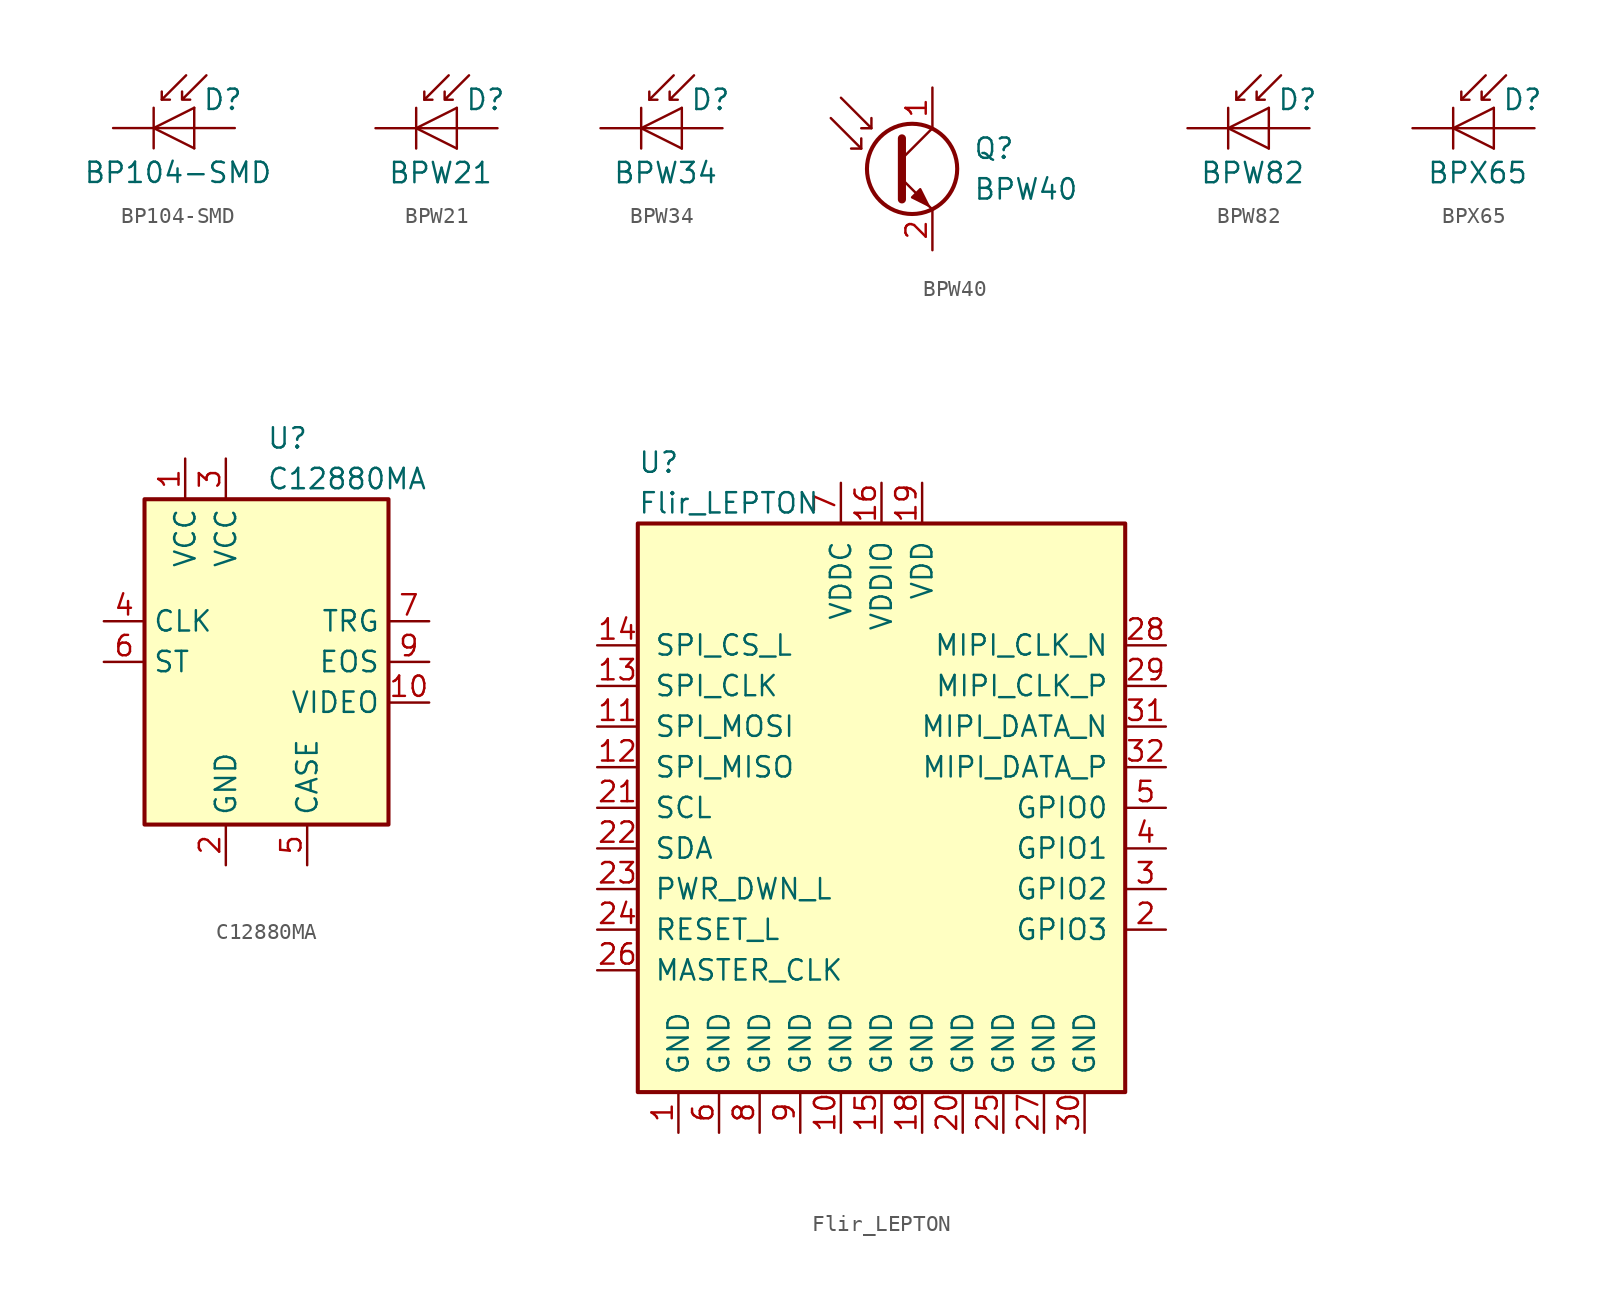
<source format=kicad_sym>
(kicad_symbol_lib
  (version 20201005)
  (generator kicad_symbol_editor)
  (symbol "BP104-SMD"
    (pin_numbers hide)
    (pin_names
      (offset 1.016) hide)
    (property "Reference" "D"
      (at 0.508 1.778 0)
      (effects (font (size 1.27 1.27)) (justify left)))
    (property "Value" "BP104-SMD"
      (at -1.016 -2.794 0)
      (effects (font (size 1.27 1.27))))
    (symbol "BP104-SMD_0_1"
      (polyline (pts (xy -2.54 1.27) (xy -2.54 -1.27)) (stroke (width 0.152)) (fill (type none)))
      (polyline (pts (xy -2.032 1.778) (xy -1.524 1.778)) (stroke (width 0)) (fill (type none)))
      (polyline (pts (xy 0 -1.27) (xy 0 1.27)) (stroke (width 0)) (fill (type none)))
      (polyline (pts (xy 0 0) (xy -2.54 0)) (stroke (width 0)) (fill (type none)))
      (polyline (pts (xy -0.508 3.302) (xy -2.032 1.778) (xy -2.032 2.286)) (stroke (width 0)) (fill (type none)))
      (polyline (pts (xy 0 1.27) (xy -2.54 0) (xy 0 -1.27)) (stroke (width 0)) (fill (type none)))
      (polyline (pts (xy 0.762 3.302) (xy -0.762 1.778) (xy -0.762 2.286) (xy -0.762 1.778) (xy -0.254 1.778)) (stroke (width 0)) (fill (type none))))
    (symbol "BP104-SMD_1_1"
      (pin passive line (at -5.08 0 0) (length 2.54) (name "K" (effects (font (size 1.27 1.27)))) (number "1" (effects (font (size 1.27 1.27)))))
      (pin passive line (at 2.54 0 180) (length 2.54) (name "A" (effects (font (size 1.27 1.27)))) (number "2" (effects (font (size 1.27 1.27)))))))
  (symbol "BPW21"
    (pin_numbers hide)
    (pin_names hide)
    (property "Reference" "D"
      (at 0.508 1.778 0)
      (effects (font (size 1.27 1.27)) (justify left)))
    (property "Value" "BPW21"
      (at -1.016 -2.794 0)
      (effects (font (size 1.27 1.27))))
    (symbol "BPW21_0_1"
      (polyline (pts (xy -2.54 1.27) (xy -2.54 -1.27)) (stroke (width 0.152)) (fill (type none)))
      (polyline (pts (xy -2.032 1.778) (xy -1.524 1.778)) (stroke (width 0)) (fill (type none)))
      (polyline (pts (xy 0 0) (xy -2.54 0)) (stroke (width 0)) (fill (type none)))
      (polyline (pts (xy 0 1.27) (xy 0 -1.27)) (stroke (width 0)) (fill (type none)))
      (polyline (pts (xy -0.508 3.302) (xy -2.032 1.778) (xy -2.032 2.286)) (stroke (width 0)) (fill (type none)))
      (polyline (pts (xy 0 1.27) (xy -2.54 0) (xy 0 -1.27)) (stroke (width 0)) (fill (type none)))
      (polyline (pts (xy 0.762 3.302) (xy -0.762 1.778) (xy -0.762 2.286) (xy -0.762 1.778) (xy -0.254 1.778)) (stroke (width 0)) (fill (type none))))
    (symbol "BPW21_1_1"
      (pin passive line (at 2.54 0 180) (length 2.54) (name "A" (effects (font (size 1.27 1.27)))) (number "1" (effects (font (size 1.27 1.27)))))
      (pin passive line (at -5.08 0 0) (length 2.54) (name "K" (effects (font (size 1.27 1.27)))) (number "2" (effects (font (size 1.27 1.27)))))))
  (symbol "BPW34"
    (pin_numbers hide)
    (pin_names
      (offset 1.016) hide)
    (property "Reference" "D"
      (at 0.508 1.778 0)
      (effects (font (size 1.27 1.27)) (justify left)))
    (property "Value" "BPW34"
      (at -1.016 -2.794 0)
      (effects (font (size 1.27 1.27))))
    (symbol "BPW34_0_1"
      (polyline (pts (xy -2.54 1.27) (xy -2.54 -1.27)) (stroke (width 0.152)) (fill (type none)))
      (polyline (pts (xy -2.032 1.778) (xy -1.524 1.778)) (stroke (width 0)) (fill (type none)))
      (polyline (pts (xy 0 -1.27) (xy 0 1.27)) (stroke (width 0)) (fill (type none)))
      (polyline (pts (xy 0 0) (xy -2.54 0)) (stroke (width 0)) (fill (type none)))
      (polyline (pts (xy -0.508 3.302) (xy -2.032 1.778) (xy -2.032 2.286)) (stroke (width 0)) (fill (type none)))
      (polyline (pts (xy 0 1.27) (xy -2.54 0) (xy 0 -1.27)) (stroke (width 0)) (fill (type none)))
      (polyline (pts (xy 0.762 3.302) (xy -0.762 1.778) (xy -0.762 2.286) (xy -0.762 1.778) (xy -0.254 1.778)) (stroke (width 0)) (fill (type none))))
    (symbol "BPW34_1_1"
      (pin passive line (at -5.08 0 0) (length 2.54) (name "K" (effects (font (size 1.27 1.27)))) (number "1" (effects (font (size 1.27 1.27)))))
      (pin passive line (at 2.54 0 180) (length 2.54) (name "A" (effects (font (size 1.27 1.27)))) (number "2" (effects (font (size 1.27 1.27)))))))
  (symbol "BPW40"
    (pin_names
      (offset 0) hide)
    (property "Reference" "Q"
      (at 5.08 1.27 0)
      (effects (font (size 1.27 1.27)) (justify left)))
    (property "Value" "BPW40"
      (at 5.08 -1.27 0)
      (effects (font (size 1.27 1.27)) (justify left)))
    (symbol "BPW40_0_1"
      (circle (center 1.27 0) (radius 2.819) (stroke (width 0.254)) (fill (type none)))
      (polyline (pts (xy -1.905 1.27) (xy -2.54 1.27)) (stroke (width 0)) (fill (type none)))
      (polyline (pts (xy -1.27 2.54) (xy -1.905 2.54)) (stroke (width 0)) (fill (type none)))
      (polyline (pts (xy 0.635 0.635) (xy 2.54 2.54)) (stroke (width 0)) (fill (type none)))
      (polyline (pts (xy -3.81 3.175) (xy -1.905 1.27) (xy -1.905 1.905)) (stroke (width 0)) (fill (type none)))
      (polyline (pts (xy -3.175 4.445) (xy -1.27 2.54) (xy -1.27 3.175)) (stroke (width 0)) (fill (type none)))
      (polyline (pts (xy 0.635 -0.635) (xy 2.54 -2.54) (xy 2.54 -2.54)) (stroke (width 0)) (fill (type none)))
      (polyline (pts (xy 0.635 1.905) (xy 0.635 -1.905) (xy 0.635 -1.905)) (stroke (width 0.508)) (fill (type none)))
      (polyline (pts (xy 1.27 -1.778) (xy 1.778 -1.27) (xy 2.286 -2.286) (xy 1.27 -1.778) (xy 1.27 -1.778)) (stroke (width 0)) (fill (type outline))))
    (symbol "BPW40_1_1"
      (pin passive line (at 2.54 5.08 270) (length 2.54) (name "C" (effects (font (size 1.27 1.27)))) (number "1" (effects (font (size 1.27 1.27)))))
      (pin passive line (at 2.54 -5.08 90) (length 2.54) (name "E" (effects (font (size 1.27 1.27)))) (number "2" (effects (font (size 1.27 1.27)))))))
  (symbol "BPW82"
    (pin_numbers hide)
    (pin_names hide)
    (property "Reference" "D"
      (at 0.508 1.778 0)
      (effects (font (size 1.27 1.27)) (justify left)))
    (property "Value" "BPW82"
      (at -1.016 -2.794 0)
      (effects (font (size 1.27 1.27))))
    (symbol "BPW82_0_1"
      (polyline (pts (xy -2.54 1.27) (xy -2.54 -1.27)) (stroke (width 0.152)) (fill (type none)))
      (polyline (pts (xy -2.032 1.778) (xy -1.524 1.778)) (stroke (width 0)) (fill (type none)))
      (polyline (pts (xy 0 0) (xy -2.54 0)) (stroke (width 0)) (fill (type none)))
      (polyline (pts (xy 0 1.27) (xy 0 -1.27)) (stroke (width 0)) (fill (type none)))
      (polyline (pts (xy -0.508 3.302) (xy -2.032 1.778) (xy -2.032 2.286)) (stroke (width 0)) (fill (type none)))
      (polyline (pts (xy 0 1.27) (xy -2.54 0) (xy 0 -1.27)) (stroke (width 0)) (fill (type none)))
      (polyline (pts (xy 0.762 3.302) (xy -0.762 1.778) (xy -0.762 2.286) (xy -0.762 1.778) (xy -0.254 1.778)) (stroke (width 0)) (fill (type none))))
    (symbol "BPW82_1_1"
      (pin passive line (at -5.08 0 0) (length 2.54) (name "K" (effects (font (size 1.27 1.27)))) (number "1" (effects (font (size 1.27 1.27)))))
      (pin passive line (at 2.54 0 180) (length 2.54) (name "A" (effects (font (size 1.27 1.27)))) (number "2" (effects (font (size 1.27 1.27)))))))
  (symbol "BPX65"
    (pin_numbers hide)
    (pin_names
      (offset 1.016) hide)
    (property "Reference" "D"
      (at 0.508 1.778 0)
      (effects (font (size 1.27 1.27)) (justify left)))
    (property "Value" "BPX65"
      (at -1.016 -2.794 0)
      (effects (font (size 1.27 1.27))))
    (symbol "BPX65_0_1"
      (polyline (pts (xy -2.54 1.27) (xy -2.54 -1.27)) (stroke (width 0.152)) (fill (type none)))
      (polyline (pts (xy -2.032 1.778) (xy -1.524 1.778)) (stroke (width 0)) (fill (type none)))
      (polyline (pts (xy 0 -1.27) (xy 0 1.27)) (stroke (width 0)) (fill (type none)))
      (polyline (pts (xy 0 0) (xy -2.54 0)) (stroke (width 0)) (fill (type none)))
      (polyline (pts (xy -0.508 3.302) (xy -2.032 1.778) (xy -2.032 2.286)) (stroke (width 0)) (fill (type none)))
      (polyline (pts (xy 0 1.27) (xy -2.54 0) (xy 0 -1.27)) (stroke (width 0)) (fill (type none)))
      (polyline (pts (xy 0.762 3.302) (xy -0.762 1.778) (xy -0.762 2.286) (xy -0.762 1.778) (xy -0.254 1.778)) (stroke (width 0)) (fill (type none))))
    (symbol "BPX65_1_1"
      (pin passive line (at -5.08 0 0) (length 2.54) (name "K" (effects (font (size 1.27 1.27)))) (number "1" (effects (font (size 1.27 1.27)))))
      (pin passive line (at 2.54 0 180) (length 2.54) (name "A" (effects (font (size 1.27 1.27)))) (number "2" (effects (font (size 1.27 1.27)))))))
  (symbol "C12880MA"
    (property "Reference" "U"
      (at 0 13.97 0)
      (effects (font (size 1.27 1.27)) (justify left)))
    (property "Value" "C12880MA"
      (at 0 11.43 0)
      (effects (font (size 1.27 1.27)) (justify left)))
    (symbol "C12880MA_0_1"
      (rectangle (start -7.62 10.16) (end 7.62 -10.16) (stroke (width 0.254)) (fill (type background))))
    (symbol "C12880MA_1_1"
      (pin power_in line (at -5.08 12.7 270) (length 2.54) (name "VCC" (effects (font (size 1.27 1.27)))) (number "1" (effects (font (size 1.27 1.27)))))
      (pin output line (at 10.16 -2.54 180) (length 2.54) (name "VIDEO" (effects (font (size 1.27 1.27)))) (number "10" (effects (font (size 1.27 1.27)))))
      (pin power_in line (at -2.54 -12.7 90) (length 2.54) (name "GND" (effects (font (size 1.27 1.27)))) (number "2" (effects (font (size 1.27 1.27)))))
      (pin power_in line (at -2.54 12.7 270) (length 2.54) (name "VCC" (effects (font (size 1.27 1.27)))) (number "3" (effects (font (size 1.27 1.27)))))
      (pin input line (at -10.16 2.54 0) (length 2.54) (name "CLK" (effects (font (size 1.27 1.27)))) (number "4" (effects (font (size 1.27 1.27)))))
      (pin passive line (at 2.54 -12.7 90) (length 2.54) (name "CASE" (effects (font (size 1.27 1.27)))) (number "5" (effects (font (size 1.27 1.27)))))
      (pin input line (at -10.16 0 0) (length 2.54) (name "ST" (effects (font (size 1.27 1.27)))) (number "6" (effects (font (size 1.27 1.27)))))
      (pin output line (at 10.16 2.54 180) (length 2.54) (name "TRG" (effects (font (size 1.27 1.27)))) (number "7" (effects (font (size 1.27 1.27)))))
      (pin no_connect line (at -7.62 -2.54 0) (length 2.54) hide (name "NC" (effects (font (size 1.27 1.27)))) (number "8" (effects (font (size 1.27 1.27)))))
      (pin output line (at 10.16 0 180) (length 2.54) (name "EOS" (effects (font (size 1.27 1.27)))) (number "9" (effects (font (size 1.27 1.27)))))))
  (symbol "Flir_LEPTON"
    (pin_names
      (offset 1.016))
    (property "Reference" "U"
      (at -15.24 21.59 0)
      (effects (font (size 1.27 1.27)) (justify left)))
    (property "Value" "Flir_LEPTON"
      (at -15.24 19.05 0)
      (effects (font (size 1.27 1.27)) (justify left)))
    (symbol "Flir_LEPTON_0_1"
      (rectangle (start -15.24 17.78) (end 15.24 -17.78) (stroke (width 0.254)) (fill (type background))))
    (symbol "Flir_LEPTON_1_1"
      (pin power_in line (at -12.7 -20.32 90) (length 2.54) (name "GND" (effects (font (size 1.27 1.27)))) (number "1" (effects (font (size 1.27 1.27)))))
      (pin power_in line (at -2.54 -20.32 90) (length 2.54) (name "GND" (effects (font (size 1.27 1.27)))) (number "10" (effects (font (size 1.27 1.27)))))
      (pin input line (at -17.78 5.08 0) (length 2.54) (name "SPI_MOSI" (effects (font (size 1.27 1.27)))) (number "11" (effects (font (size 1.27 1.27)))))
      (pin output line (at -17.78 2.54 0) (length 2.54) (name "SPI_MISO" (effects (font (size 1.27 1.27)))) (number "12" (effects (font (size 1.27 1.27)))))
      (pin input line (at -17.78 7.62 0) (length 2.54) (name "SPI_CLK" (effects (font (size 1.27 1.27)))) (number "13" (effects (font (size 1.27 1.27)))))
      (pin input line (at -17.78 10.16 0) (length 2.54) (name "SPI_CS_L" (effects (font (size 1.27 1.27)))) (number "14" (effects (font (size 1.27 1.27)))))
      (pin power_in line (at 0 -20.32 90) (length 2.54) (name "GND" (effects (font (size 1.27 1.27)))) (number "15" (effects (font (size 1.27 1.27)))))
      (pin power_in line (at 0 20.32 270) (length 2.54) (name "VDDIO" (effects (font (size 1.27 1.27)))) (number "16" (effects (font (size 1.27 1.27)))))
      (pin no_connect line (at 17.78 -10.16 180) (length 2.54) hide (name "NC" (effects (font (size 1.27 1.27)))) (number "17" (effects (font (size 1.27 1.27)))))
      (pin power_in line (at 2.54 -20.32 90) (length 2.54) (name "GND" (effects (font (size 1.27 1.27)))) (number "18" (effects (font (size 1.27 1.27)))))
      (pin power_in line (at 2.54 20.32 270) (length 2.54) (name "VDD" (effects (font (size 1.27 1.27)))) (number "19" (effects (font (size 1.27 1.27)))))
      (pin bidirectional line (at 17.78 -7.62 180) (length 2.54) (name "GPIO3" (effects (font (size 1.27 1.27)))) (number "2" (effects (font (size 1.27 1.27)))))
      (pin power_in line (at 5.08 -20.32 90) (length 2.54) (name "GND" (effects (font (size 1.27 1.27)))) (number "20" (effects (font (size 1.27 1.27)))))
      (pin input line (at -17.78 0 0) (length 2.54) (name "SCL" (effects (font (size 1.27 1.27)))) (number "21" (effects (font (size 1.27 1.27)))))
      (pin bidirectional line (at -17.78 -2.54 0) (length 2.54) (name "SDA" (effects (font (size 1.27 1.27)))) (number "22" (effects (font (size 1.27 1.27)))))
      (pin input line (at -17.78 -5.08 0) (length 2.54) (name "PWR_DWN_L" (effects (font (size 1.27 1.27)))) (number "23" (effects (font (size 1.27 1.27)))))
      (pin input line (at -17.78 -7.62 0) (length 2.54) (name "RESET_L" (effects (font (size 1.27 1.27)))) (number "24" (effects (font (size 1.27 1.27)))))
      (pin power_in line (at 7.62 -20.32 90) (length 2.54) (name "GND" (effects (font (size 1.27 1.27)))) (number "25" (effects (font (size 1.27 1.27)))))
      (pin input line (at -17.78 -10.16 0) (length 2.54) (name "MASTER_CLK" (effects (font (size 1.27 1.27)))) (number "26" (effects (font (size 1.27 1.27)))))
      (pin power_in line (at 10.16 -20.32 90) (length 2.54) (name "GND" (effects (font (size 1.27 1.27)))) (number "27" (effects (font (size 1.27 1.27)))))
      (pin output line (at 17.78 10.16 180) (length 2.54) (name "MIPI_CLK_N" (effects (font (size 1.27 1.27)))) (number "28" (effects (font (size 1.27 1.27)))))
      (pin output line (at 17.78 7.62 180) (length 2.54) (name "MIPI_CLK_P" (effects (font (size 1.27 1.27)))) (number "29" (effects (font (size 1.27 1.27)))))
      (pin bidirectional line (at 17.78 -5.08 180) (length 2.54) (name "GPIO2" (effects (font (size 1.27 1.27)))) (number "3" (effects (font (size 1.27 1.27)))))
      (pin power_in line (at 12.7 -20.32 90) (length 2.54) (name "GND" (effects (font (size 1.27 1.27)))) (number "30" (effects (font (size 1.27 1.27)))))
      (pin output line (at 17.78 5.08 180) (length 2.54) (name "MIPI_DATA_N" (effects (font (size 1.27 1.27)))) (number "31" (effects (font (size 1.27 1.27)))))
      (pin output line (at 17.78 2.54 180) (length 2.54) (name "MIPI_DATA_P" (effects (font (size 1.27 1.27)))) (number "32" (effects (font (size 1.27 1.27)))))
      (pin bidirectional line (at 17.78 -2.54 180) (length 2.54) (name "GPIO1" (effects (font (size 1.27 1.27)))) (number "4" (effects (font (size 1.27 1.27)))))
      (pin bidirectional line (at 17.78 0 180) (length 2.54) (name "GPIO0" (effects (font (size 1.27 1.27)))) (number "5" (effects (font (size 1.27 1.27)))))
      (pin power_in line (at -10.16 -20.32 90) (length 2.54) (name "GND" (effects (font (size 1.27 1.27)))) (number "6" (effects (font (size 1.27 1.27)))))
      (pin power_in line (at -2.54 20.32 270) (length 2.54) (name "VDDC" (effects (font (size 1.27 1.27)))) (number "7" (effects (font (size 1.27 1.27)))))
      (pin power_in line (at -7.62 -20.32 90) (length 2.54) (name "GND" (effects (font (size 1.27 1.27)))) (number "8" (effects (font (size 1.27 1.27)))))
      (pin power_in line (at -5.08 -20.32 90) (length 2.54) (name "GND" (effects (font (size 1.27 1.27)))) (number "9" (effects (font (size 1.27 1.27))))))))
</source>
